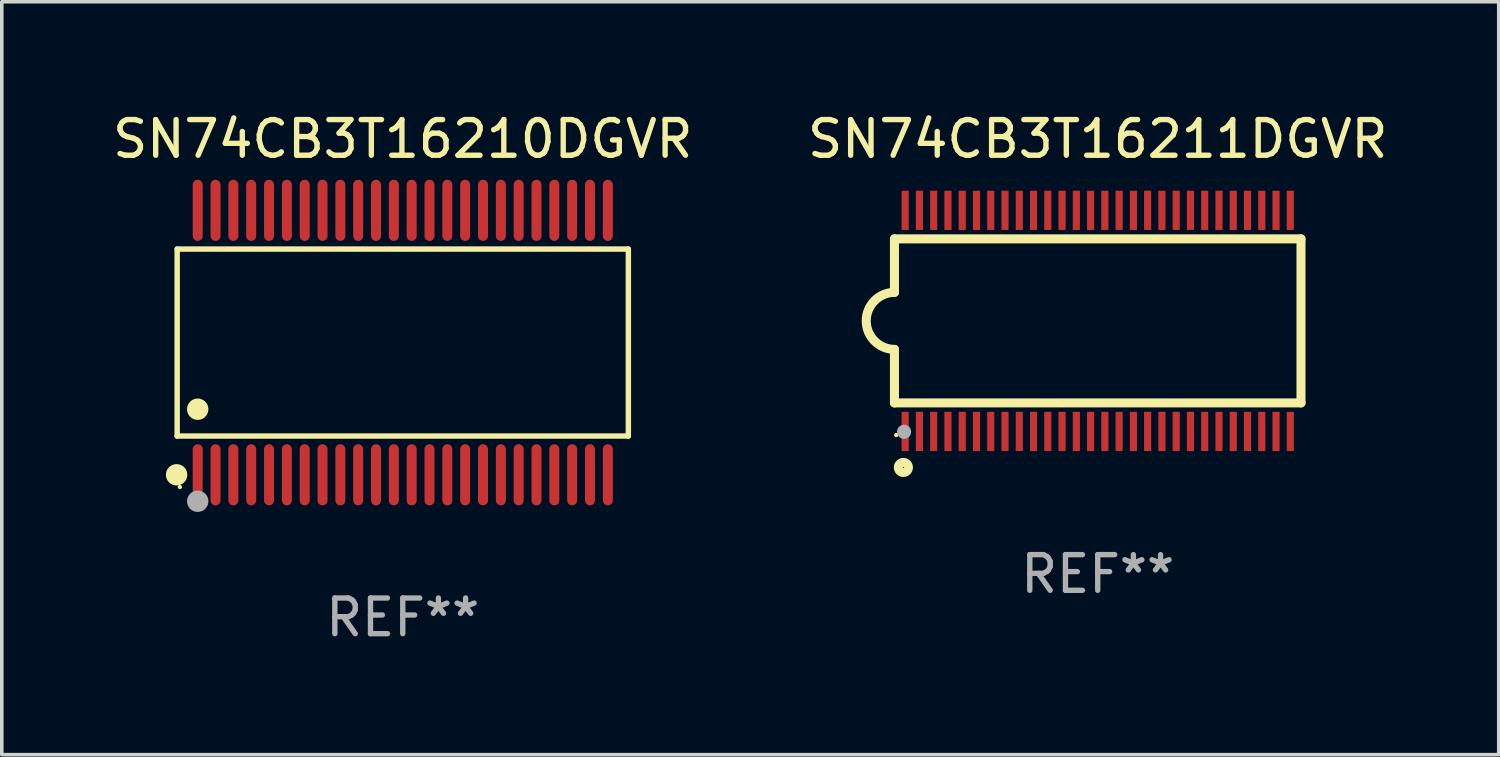
<source format=kicad_pcb>
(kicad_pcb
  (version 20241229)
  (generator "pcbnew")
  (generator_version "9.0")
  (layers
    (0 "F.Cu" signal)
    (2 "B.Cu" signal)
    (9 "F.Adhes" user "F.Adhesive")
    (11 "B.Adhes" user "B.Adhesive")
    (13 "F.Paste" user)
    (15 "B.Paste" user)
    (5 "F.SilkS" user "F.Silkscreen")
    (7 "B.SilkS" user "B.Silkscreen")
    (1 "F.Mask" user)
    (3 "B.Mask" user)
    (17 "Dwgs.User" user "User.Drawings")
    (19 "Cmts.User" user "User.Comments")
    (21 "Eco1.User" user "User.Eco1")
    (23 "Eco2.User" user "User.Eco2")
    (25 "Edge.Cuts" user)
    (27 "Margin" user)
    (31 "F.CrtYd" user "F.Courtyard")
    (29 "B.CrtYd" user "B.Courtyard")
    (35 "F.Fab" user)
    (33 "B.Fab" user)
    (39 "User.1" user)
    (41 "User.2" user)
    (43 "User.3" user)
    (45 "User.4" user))
  (footprint "SN74CB3T16211DGVR"
    (layer "F.Cu")
    (at 27.732 5.948)
    (property "Reference" "SN74CB3T16211DGVR" (at 0 -5.1 0) (layer "F.SilkS") (effects (font (size 1 1) (thickness 0.15))))
    (attr through_hole)
    (fp_line (start -5.7 -2.3) (end -5.7 -0.8) (stroke (width 0.254) (type solid)) (layer "F.SilkS"))
    (fp_line (start -5.7 -2.3) (end 5.7 -2.3) (stroke (width 0.254) (type solid)) (layer "F.SilkS"))
    (fp_line (start -5.7 2.3) (end -5.7 0.8) (stroke (width 0.254) (type solid)) (layer "F.SilkS"))
    (fp_line (start -5.7 2.3) (end 5.7 2.3) (stroke (width 0.254) (type solid)) (layer "F.SilkS"))
    (fp_line (start 5.7 -2.3) (end 5.7 2.3) (stroke (width 0.254) (type solid)) (layer "F.SilkS"))
    (fp_arc (start -5.700013 0.800025) (mid -6.500343 -0.000382) (end -5.699962 -0.800737) (stroke (width 0.254001) (type solid)) (layer "F.SilkS"))
    (fp_circle (center -5.65 3.2) (end -5.62 3.2) (stroke (width 0.06) (type solid)) (fill no) (layer "F.SilkS"))
    (fp_circle (center -5.45 4.11) (end -5.309 4.11) (stroke (width 0.254) (type solid)) (fill no) (layer "F.SilkS"))
    (fp_circle (center -5.43 3.11) (end -5.33 3.11) (stroke (width 0.2) (type solid)) (fill no) (layer "F.Fab"))
    (fp_text user "REF**" (at 0 7.1 0) (layer "F.Fab") (effects (font (size 1 1) (thickness 0.15))))
    (pad "1" smd rect (at -5.4 3.1) (size 0.2 1.1) (layers "F.Cu" "F.Mask" "F.Paste"))
    (pad "2" smd rect (at -5 3.1) (size 0.2 1.1) (layers "F.Cu" "F.Mask" "F.Paste"))
    (pad "3" smd rect (at -4.6 3.1) (size 0.2 1.1) (layers "F.Cu" "F.Mask" "F.Paste"))
    (pad "4" smd rect (at -4.2 3.1) (size 0.2 1.1) (layers "F.Cu" "F.Mask" "F.Paste"))
    (pad "5" smd rect (at -3.8 3.1) (size 0.2 1.1) (layers "F.Cu" "F.Mask" "F.Paste"))
    (pad "6" smd rect (at -3.4 3.1) (size 0.2 1.1) (layers "F.Cu" "F.Mask" "F.Paste"))
    (pad "7" smd rect (at -3 3.1) (size 0.2 1.1) (layers "F.Cu" "F.Mask" "F.Paste"))
    (pad "8" smd rect (at -2.6 3.1) (size 0.2 1.1) (layers "F.Cu" "F.Mask" "F.Paste"))
    (pad "9" smd rect (at -2.2 3.1) (size 0.2 1.1) (layers "F.Cu" "F.Mask" "F.Paste"))
    (pad "10" smd rect (at -1.8 3.1) (size 0.2 1.1) (layers "F.Cu" "F.Mask" "F.Paste"))
    (pad "11" smd rect (at -1.4 3.1) (size 0.2 1.1) (layers "F.Cu" "F.Mask" "F.Paste"))
    (pad "12" smd rect (at -1 3.1) (size 0.2 1.1) (layers "F.Cu" "F.Mask" "F.Paste"))
    (pad "13" smd rect (at -0.6 3.1) (size 0.2 1.1) (layers "F.Cu" "F.Mask" "F.Paste"))
    (pad "14" smd rect (at -0.2 3.1) (size 0.2 1.1) (layers "F.Cu" "F.Mask" "F.Paste"))
    (pad "15" smd rect (at 0.2 3.1) (size 0.2 1.1) (layers "F.Cu" "F.Mask" "F.Paste"))
    (pad "16" smd rect (at 0.6 3.1) (size 0.2 1.1) (layers "F.Cu" "F.Mask" "F.Paste"))
    (pad "17" smd rect (at 1 3.1) (size 0.2 1.1) (layers "F.Cu" "F.Mask" "F.Paste"))
    (pad "18" smd rect (at 1.4 3.1) (size 0.2 1.1) (layers "F.Cu" "F.Mask" "F.Paste"))
    (pad "19" smd rect (at 1.8 3.1) (size 0.2 1.1) (layers "F.Cu" "F.Mask" "F.Paste"))
    (pad "20" smd rect (at 2.2 3.1) (size 0.2 1.1) (layers "F.Cu" "F.Mask" "F.Paste"))
    (pad "21" smd rect (at 2.6 3.1) (size 0.2 1.1) (layers "F.Cu" "F.Mask" "F.Paste"))
    (pad "22" smd rect (at 3 3.1) (size 0.2 1.1) (layers "F.Cu" "F.Mask" "F.Paste"))
    (pad "23" smd rect (at 3.4 3.1) (size 0.2 1.1) (layers "F.Cu" "F.Mask" "F.Paste"))
    (pad "24" smd rect (at 3.8 3.1) (size 0.2 1.1) (layers "F.Cu" "F.Mask" "F.Paste"))
    (pad "25" smd rect (at 4.2 3.1) (size 0.2 1.1) (layers "F.Cu" "F.Mask" "F.Paste"))
    (pad "26" smd rect (at 4.6 3.1) (size 0.2 1.1) (layers "F.Cu" "F.Mask" "F.Paste"))
    (pad "27" smd rect (at 5 3.1) (size 0.2 1.1) (layers "F.Cu" "F.Mask" "F.Paste"))
    (pad "28" smd rect (at 5.4 3.1) (size 0.2 1.1) (layers "F.Cu" "F.Mask" "F.Paste"))
    (pad "29" smd rect (at 5.4 -3.1) (size 0.2 1.1) (layers "F.Cu" "F.Mask" "F.Paste"))
    (pad "30" smd rect (at 5 -3.1) (size 0.2 1.1) (layers "F.Cu" "F.Mask" "F.Paste"))
    (pad "31" smd rect (at 4.6 -3.1) (size 0.2 1.1) (layers "F.Cu" "F.Mask" "F.Paste"))
    (pad "32" smd rect (at 4.2 -3.1) (size 0.2 1.1) (layers "F.Cu" "F.Mask" "F.Paste"))
    (pad "33" smd rect (at 3.8 -3.1) (size 0.2 1.1) (layers "F.Cu" "F.Mask" "F.Paste"))
    (pad "34" smd rect (at 3.4 -3.1) (size 0.2 1.1) (layers "F.Cu" "F.Mask" "F.Paste"))
    (pad "35" smd rect (at 3 -3.1) (size 0.2 1.1) (layers "F.Cu" "F.Mask" "F.Paste"))
    (pad "36" smd rect (at 2.6 -3.1) (size 0.2 1.1) (layers "F.Cu" "F.Mask" "F.Paste"))
    (pad "37" smd rect (at 2.2 -3.1) (size 0.2 1.1) (layers "F.Cu" "F.Mask" "F.Paste"))
    (pad "38" smd rect (at 1.8 -3.1) (size 0.2 1.1) (layers "F.Cu" "F.Mask" "F.Paste"))
    (pad "39" smd rect (at 1.4 -3.1) (size 0.2 1.1) (layers "F.Cu" "F.Mask" "F.Paste"))
    (pad "40" smd rect (at 1 -3.1) (size 0.2 1.1) (layers "F.Cu" "F.Mask" "F.Paste"))
    (pad "41" smd rect (at 0.6 -3.1) (size 0.2 1.1) (layers "F.Cu" "F.Mask" "F.Paste"))
    (pad "42" smd rect (at 0.2 -3.1) (size 0.2 1.1) (layers "F.Cu" "F.Mask" "F.Paste"))
    (pad "43" smd rect (at -0.2 -3.1) (size 0.2 1.1) (layers "F.Cu" "F.Mask" "F.Paste"))
    (pad "44" smd rect (at -0.6 -3.1) (size 0.2 1.1) (layers "F.Cu" "F.Mask" "F.Paste"))
    (pad "45" smd rect (at -1 -3.1) (size 0.2 1.1) (layers "F.Cu" "F.Mask" "F.Paste"))
    (pad "46" smd rect (at -1.4 -3.1) (size 0.2 1.1) (layers "F.Cu" "F.Mask" "F.Paste"))
    (pad "47" smd rect (at -1.8 -3.1) (size 0.2 1.1) (layers "F.Cu" "F.Mask" "F.Paste"))
    (pad "48" smd rect (at -2.2 -3.1) (size 0.2 1.1) (layers "F.Cu" "F.Mask" "F.Paste"))
    (pad "49" smd rect (at -2.6 -3.1) (size 0.2 1.1) (layers "F.Cu" "F.Mask" "F.Paste"))
    (pad "50" smd rect (at -3 -3.1) (size 0.2 1.1) (layers "F.Cu" "F.Mask" "F.Paste"))
    (pad "51" smd rect (at -3.4 -3.1) (size 0.2 1.1) (layers "F.Cu" "F.Mask" "F.Paste"))
    (pad "52" smd rect (at -3.8 -3.1) (size 0.2 1.1) (layers "F.Cu" "F.Mask" "F.Paste"))
    (pad "53" smd rect (at -4.2 -3.1) (size 0.2 1.1) (layers "F.Cu" "F.Mask" "F.Paste"))
    (pad "54" smd rect (at -4.6 -3.1) (size 0.2 1.1) (layers "F.Cu" "F.Mask" "F.Paste"))
    (pad "55" smd rect (at -5 -3.1) (size 0.2 1.1) (layers "F.Cu" "F.Mask" "F.Paste"))
    (pad "56" smd rect (at -5.4 -3.1) (size 0.2 1.1) (layers "F.Cu" "F.Mask" "F.Paste")))
  (footprint "SN74CB3T16210DGVR"
    (layer "F.Cu")
    (at 8.244 6.556)
    (property "Reference" "SN74CB3T16210DGVR" (at 0 -5.708 0) (layer "F.SilkS") (effects (font (size 1 1) (thickness 0.15))))
    (attr through_hole)
    (fp_line (start -6.326 -2.622) (end 6.326 -2.622) (stroke (width 0.152) (type solid)) (layer "F.SilkS"))
    (fp_line (start -6.326 2.621) (end -6.326 -2.622) (stroke (width 0.152) (type solid)) (layer "F.SilkS"))
    (fp_line (start 6.326 -2.622) (end 6.326 2.621) (stroke (width 0.152) (type solid)) (layer "F.SilkS"))
    (fp_line (start 6.326 2.621) (end -6.326 2.621) (stroke (width 0.152) (type solid)) (layer "F.SilkS"))
    (fp_circle (center -6.342 3.708) (end -6.192 3.708) (stroke (width 0.3) (type solid)) (fill no) (layer "F.SilkS"))
    (fp_circle (center -6.25 4.05) (end -6.22 4.05) (stroke (width 0.06) (type solid)) (fill no) (layer "F.SilkS"))
    (fp_circle (center -5.75 1.869) (end -5.6 1.869) (stroke (width 0.3) (type solid)) (fill no) (layer "F.SilkS"))
    (fp_circle (center -5.75 4.45) (end -5.6 4.45) (stroke (width 0.3) (type solid)) (fill no) (layer "F.Fab"))
    (fp_text user "REF**" (at 0 7.708 0) (layer "F.Fab") (effects (font (size 1 1) (thickness 0.15))))
    (pad "1" smd oval (at -5.75 3.708) (size 0.28 1.715) (layers "F.Cu" "F.Mask" "F.Paste"))
    (pad "2" smd oval (at -5.25 3.708) (size 0.28 1.715) (layers "F.Cu" "F.Mask" "F.Paste"))
    (pad "3" smd oval (at -4.75 3.708) (size 0.28 1.715) (layers "F.Cu" "F.Mask" "F.Paste"))
    (pad "4" smd oval (at -4.25 3.708) (size 0.28 1.715) (layers "F.Cu" "F.Mask" "F.Paste"))
    (pad "5" smd oval (at -3.75 3.708) (size 0.28 1.715) (layers "F.Cu" "F.Mask" "F.Paste"))
    (pad "6" smd oval (at -3.25 3.708) (size 0.28 1.715) (layers "F.Cu" "F.Mask" "F.Paste"))
    (pad "7" smd oval (at -2.75 3.708) (size 0.28 1.715) (layers "F.Cu" "F.Mask" "F.Paste"))
    (pad "8" smd oval (at -2.25 3.708) (size 0.28 1.715) (layers "F.Cu" "F.Mask" "F.Paste"))
    (pad "9" smd oval (at -1.75 3.708) (size 0.28 1.715) (layers "F.Cu" "F.Mask" "F.Paste"))
    (pad "10" smd oval (at -1.25 3.708) (size 0.28 1.715) (layers "F.Cu" "F.Mask" "F.Paste"))
    (pad "11" smd oval (at -0.75 3.708) (size 0.28 1.715) (layers "F.Cu" "F.Mask" "F.Paste"))
    (pad "12" smd oval (at -0.25 3.708) (size 0.28 1.715) (layers "F.Cu" "F.Mask" "F.Paste"))
    (pad "13" smd oval (at 0.25 3.708) (size 0.28 1.715) (layers "F.Cu" "F.Mask" "F.Paste"))
    (pad "14" smd oval (at 0.75 3.708) (size 0.28 1.715) (layers "F.Cu" "F.Mask" "F.Paste"))
    (pad "15" smd oval (at 1.25 3.708) (size 0.28 1.715) (layers "F.Cu" "F.Mask" "F.Paste"))
    (pad "16" smd oval (at 1.75 3.708) (size 0.28 1.715) (layers "F.Cu" "F.Mask" "F.Paste"))
    (pad "17" smd oval (at 2.25 3.708) (size 0.28 1.715) (layers "F.Cu" "F.Mask" "F.Paste"))
    (pad "18" smd oval (at 2.75 3.708) (size 0.28 1.715) (layers "F.Cu" "F.Mask" "F.Paste"))
    (pad "19" smd oval (at 3.25 3.708) (size 0.28 1.715) (layers "F.Cu" "F.Mask" "F.Paste"))
    (pad "20" smd oval (at 3.75 3.708) (size 0.28 1.715) (layers "F.Cu" "F.Mask" "F.Paste"))
    (pad "21" smd oval (at 4.25 3.708) (size 0.28 1.715) (layers "F.Cu" "F.Mask" "F.Paste"))
    (pad "22" smd oval (at 4.75 3.708) (size 0.28 1.715) (layers "F.Cu" "F.Mask" "F.Paste"))
    (pad "23" smd oval (at 5.25 3.708) (size 0.28 1.715) (layers "F.Cu" "F.Mask" "F.Paste"))
    (pad "24" smd oval (at 5.75 3.708) (size 0.28 1.715) (layers "F.Cu" "F.Mask" "F.Paste"))
    (pad "25" smd oval (at 5.75 -3.708) (size 0.28 1.715) (layers "F.Cu" "F.Mask" "F.Paste"))
    (pad "26" smd oval (at 5.25 -3.708) (size 0.28 1.715) (layers "F.Cu" "F.Mask" "F.Paste"))
    (pad "27" smd oval (at 4.75 -3.708) (size 0.28 1.715) (layers "F.Cu" "F.Mask" "F.Paste"))
    (pad "28" smd oval (at 4.25 -3.708) (size 0.28 1.715) (layers "F.Cu" "F.Mask" "F.Paste"))
    (pad "29" smd oval (at 3.75 -3.708) (size 0.28 1.715) (layers "F.Cu" "F.Mask" "F.Paste"))
    (pad "30" smd oval (at 3.25 -3.708) (size 0.28 1.715) (layers "F.Cu" "F.Mask" "F.Paste"))
    (pad "31" smd oval (at 2.75 -3.708) (size 0.28 1.715) (layers "F.Cu" "F.Mask" "F.Paste"))
    (pad "32" smd oval (at 2.25 -3.708) (size 0.28 1.715) (layers "F.Cu" "F.Mask" "F.Paste"))
    (pad "33" smd oval (at 1.75 -3.708) (size 0.28 1.715) (layers "F.Cu" "F.Mask" "F.Paste"))
    (pad "34" smd oval (at 1.25 -3.708) (size 0.28 1.715) (layers "F.Cu" "F.Mask" "F.Paste"))
    (pad "35" smd oval (at 0.75 -3.708) (size 0.28 1.715) (layers "F.Cu" "F.Mask" "F.Paste"))
    (pad "36" smd oval (at 0.25 -3.708) (size 0.28 1.715) (layers "F.Cu" "F.Mask" "F.Paste"))
    (pad "37" smd oval (at -0.25 -3.708) (size 0.28 1.715) (layers "F.Cu" "F.Mask" "F.Paste"))
    (pad "38" smd oval (at -0.75 -3.708) (size 0.28 1.715) (layers "F.Cu" "F.Mask" "F.Paste"))
    (pad "39" smd oval (at -1.25 -3.708) (size 0.28 1.715) (layers "F.Cu" "F.Mask" "F.Paste"))
    (pad "40" smd oval (at -1.75 -3.708) (size 0.28 1.715) (layers "F.Cu" "F.Mask" "F.Paste"))
    (pad "41" smd oval (at -2.25 -3.708) (size 0.28 1.715) (layers "F.Cu" "F.Mask" "F.Paste"))
    (pad "42" smd oval (at -2.75 -3.708) (size 0.28 1.715) (layers "F.Cu" "F.Mask" "F.Paste"))
    (pad "43" smd oval (at -3.25 -3.708) (size 0.28 1.715) (layers "F.Cu" "F.Mask" "F.Paste"))
    (pad "44" smd oval (at -3.75 -3.708) (size 0.28 1.715) (layers "F.Cu" "F.Mask" "F.Paste"))
    (pad "45" smd oval (at -4.25 -3.708) (size 0.28 1.715) (layers "F.Cu" "F.Mask" "F.Paste"))
    (pad "46" smd oval (at -4.75 -3.708) (size 0.28 1.715) (layers "F.Cu" "F.Mask" "F.Paste"))
    (pad "47" smd oval (at -5.25 -3.708) (size 0.28 1.715) (layers "F.Cu" "F.Mask" "F.Paste"))
    (pad "48" smd oval (at -5.75 -3.708) (size 0.28 1.715) (layers "F.Cu" "F.Mask" "F.Paste")))
  (gr_rect
    (start -3 -3)
    (end 38.976 18.112)
    (stroke (width 0.1) (type default))
    (fill no)
    (layer "Edge.Cuts")))
</source>
